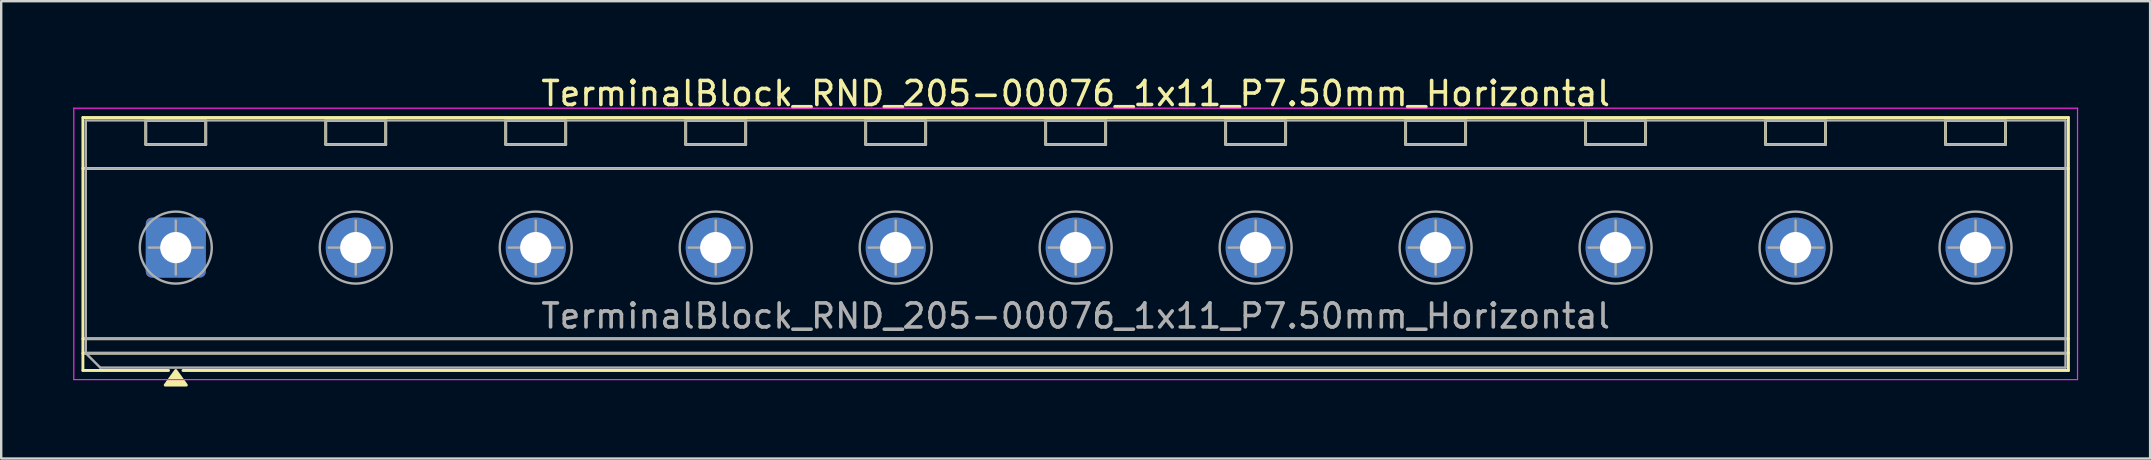
<source format=kicad_pcb>
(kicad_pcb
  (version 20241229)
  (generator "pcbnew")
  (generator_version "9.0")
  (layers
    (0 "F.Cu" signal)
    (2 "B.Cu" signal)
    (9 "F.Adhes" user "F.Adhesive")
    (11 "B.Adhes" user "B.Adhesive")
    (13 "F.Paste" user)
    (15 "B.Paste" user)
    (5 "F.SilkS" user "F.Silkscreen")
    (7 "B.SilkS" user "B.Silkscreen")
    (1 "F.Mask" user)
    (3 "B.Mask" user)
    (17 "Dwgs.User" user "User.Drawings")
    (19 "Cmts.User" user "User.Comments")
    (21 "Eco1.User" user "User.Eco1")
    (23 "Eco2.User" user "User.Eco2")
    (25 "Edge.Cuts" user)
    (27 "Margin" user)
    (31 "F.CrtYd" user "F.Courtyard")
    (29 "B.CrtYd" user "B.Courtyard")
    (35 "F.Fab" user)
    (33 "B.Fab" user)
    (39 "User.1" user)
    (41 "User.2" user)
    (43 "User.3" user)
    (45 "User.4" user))
  (footprint "TerminalBlock_RND_205-00076_1x11_P7.50mm_Horizontal"
    (layer "F.Cu")
    (at 4.275 7.268)
    (property "Reference" "TerminalBlock_RND_205-00076_1x11_P7.50mm_Horizontal" (at 37.5 -6.42 0) (layer "F.SilkS") (effects (font (size 1 1) (thickness 0.15))))
    (attr through_hole)
    (fp_line (start -3.87 -5.42) (end -3.87 5.12) (stroke (width 0.12) (type solid)) (layer "F.SilkS"))
    (fp_line (start -3.87 -5.42) (end 78.87 -5.42) (stroke (width 0.12) (type solid)) (layer "F.SilkS"))
    (fp_line (start -3.87 -3.3) (end 78.87 -3.3) (stroke (width 0.12) (type solid)) (layer "F.SilkS"))
    (fp_line (start -3.87 3.8) (end 78.87 3.8) (stroke (width 0.12) (type solid)) (layer "F.SilkS"))
    (fp_line (start -3.87 4.4) (end 78.87 4.4) (stroke (width 0.12) (type solid)) (layer "F.SilkS"))
    (fp_line (start -3.87 5.12) (end -0.3 5.12) (stroke (width 0.12) (type solid)) (layer "F.SilkS"))
    (fp_line (start -1.25 -5.3) (end -1.25 -4.3) (stroke (width 0.12) (type solid)) (layer "F.SilkS"))
    (fp_line (start -1.25 -5.3) (end 1.25 -5.3) (stroke (width 0.12) (type solid)) (layer "F.SilkS"))
    (fp_line (start -1.25 -4.3) (end 1.25 -4.3) (stroke (width 0.12) (type solid)) (layer "F.SilkS"))
    (fp_line (start 0.3 5.12) (end 78.87 5.12) (stroke (width 0.12) (type solid)) (layer "F.SilkS"))
    (fp_line (start 1.25 -5.3) (end 1.25 -4.3) (stroke (width 0.12) (type solid)) (layer "F.SilkS"))
    (fp_line (start 6.25 -5.3) (end 6.25 -4.3) (stroke (width 0.12) (type solid)) (layer "F.SilkS"))
    (fp_line (start 6.25 -5.3) (end 8.75 -5.3) (stroke (width 0.12) (type solid)) (layer "F.SilkS"))
    (fp_line (start 6.25 -4.3) (end 8.75 -4.3) (stroke (width 0.12) (type solid)) (layer "F.SilkS"))
    (fp_line (start 8.75 -5.3) (end 8.75 -4.3) (stroke (width 0.12) (type solid)) (layer "F.SilkS"))
    (fp_line (start 13.75 -5.3) (end 13.75 -4.3) (stroke (width 0.12) (type solid)) (layer "F.SilkS"))
    (fp_line (start 13.75 -5.3) (end 16.25 -5.3) (stroke (width 0.12) (type solid)) (layer "F.SilkS"))
    (fp_line (start 13.75 -4.3) (end 16.25 -4.3) (stroke (width 0.12) (type solid)) (layer "F.SilkS"))
    (fp_line (start 16.25 -5.3) (end 16.25 -4.3) (stroke (width 0.12) (type solid)) (layer "F.SilkS"))
    (fp_line (start 21.25 -5.3) (end 21.25 -4.3) (stroke (width 0.12) (type solid)) (layer "F.SilkS"))
    (fp_line (start 21.25 -5.3) (end 23.75 -5.3) (stroke (width 0.12) (type solid)) (layer "F.SilkS"))
    (fp_line (start 21.25 -4.3) (end 23.75 -4.3) (stroke (width 0.12) (type solid)) (layer "F.SilkS"))
    (fp_line (start 23.75 -5.3) (end 23.75 -4.3) (stroke (width 0.12) (type solid)) (layer "F.SilkS"))
    (fp_line (start 28.75 -5.3) (end 28.75 -4.3) (stroke (width 0.12) (type solid)) (layer "F.SilkS"))
    (fp_line (start 28.75 -5.3) (end 31.25 -5.3) (stroke (width 0.12) (type solid)) (layer "F.SilkS"))
    (fp_line (start 28.75 -4.3) (end 31.25 -4.3) (stroke (width 0.12) (type solid)) (layer "F.SilkS"))
    (fp_line (start 31.25 -5.3) (end 31.25 -4.3) (stroke (width 0.12) (type solid)) (layer "F.SilkS"))
    (fp_line (start 36.25 -5.3) (end 36.25 -4.3) (stroke (width 0.12) (type solid)) (layer "F.SilkS"))
    (fp_line (start 36.25 -5.3) (end 38.75 -5.3) (stroke (width 0.12) (type solid)) (layer "F.SilkS"))
    (fp_line (start 36.25 -4.3) (end 38.75 -4.3) (stroke (width 0.12) (type solid)) (layer "F.SilkS"))
    (fp_line (start 38.75 -5.3) (end 38.75 -4.3) (stroke (width 0.12) (type solid)) (layer "F.SilkS"))
    (fp_line (start 43.75 -5.3) (end 43.75 -4.3) (stroke (width 0.12) (type solid)) (layer "F.SilkS"))
    (fp_line (start 43.75 -5.3) (end 46.25 -5.3) (stroke (width 0.12) (type solid)) (layer "F.SilkS"))
    (fp_line (start 43.75 -4.3) (end 46.25 -4.3) (stroke (width 0.12) (type solid)) (layer "F.SilkS"))
    (fp_line (start 46.25 -5.3) (end 46.25 -4.3) (stroke (width 0.12) (type solid)) (layer "F.SilkS"))
    (fp_line (start 51.25 -5.3) (end 51.25 -4.3) (stroke (width 0.12) (type solid)) (layer "F.SilkS"))
    (fp_line (start 51.25 -5.3) (end 53.75 -5.3) (stroke (width 0.12) (type solid)) (layer "F.SilkS"))
    (fp_line (start 51.25 -4.3) (end 53.75 -4.3) (stroke (width 0.12) (type solid)) (layer "F.SilkS"))
    (fp_line (start 53.75 -5.3) (end 53.75 -4.3) (stroke (width 0.12) (type solid)) (layer "F.SilkS"))
    (fp_line (start 58.75 -5.3) (end 58.75 -4.3) (stroke (width 0.12) (type solid)) (layer "F.SilkS"))
    (fp_line (start 58.75 -5.3) (end 61.25 -5.3) (stroke (width 0.12) (type solid)) (layer "F.SilkS"))
    (fp_line (start 58.75 -4.3) (end 61.25 -4.3) (stroke (width 0.12) (type solid)) (layer "F.SilkS"))
    (fp_line (start 61.25 -5.3) (end 61.25 -4.3) (stroke (width 0.12) (type solid)) (layer "F.SilkS"))
    (fp_line (start 66.25 -5.3) (end 66.25 -4.3) (stroke (width 0.12) (type solid)) (layer "F.SilkS"))
    (fp_line (start 66.25 -5.3) (end 68.75 -5.3) (stroke (width 0.12) (type solid)) (layer "F.SilkS"))
    (fp_line (start 66.25 -4.3) (end 68.75 -4.3) (stroke (width 0.12) (type solid)) (layer "F.SilkS"))
    (fp_line (start 68.75 -5.3) (end 68.75 -4.3) (stroke (width 0.12) (type solid)) (layer "F.SilkS"))
    (fp_line (start 73.75 -5.3) (end 73.75 -4.3) (stroke (width 0.12) (type solid)) (layer "F.SilkS"))
    (fp_line (start 73.75 -5.3) (end 76.25 -5.3) (stroke (width 0.12) (type solid)) (layer "F.SilkS"))
    (fp_line (start 73.75 -4.3) (end 76.25 -4.3) (stroke (width 0.12) (type solid)) (layer "F.SilkS"))
    (fp_line (start 76.25 -5.3) (end 76.25 -4.3) (stroke (width 0.12) (type solid)) (layer "F.SilkS"))
    (fp_line (start 78.87 -5.42) (end 78.87 5.12) (stroke (width 0.12) (type solid)) (layer "F.SilkS"))
    (fp_poly (pts (xy 0 5.12) (xy 0.44 5.73) (xy -0.44 5.73)) (stroke (width 0.12) (type solid)) (fill yes) (layer "F.SilkS"))
    (fp_line (start -4.25 -5.81) (end -4.25 5.5) (stroke (width 0.05) (type solid)) (layer "F.CrtYd"))
    (fp_line (start -4.25 5.5) (end 79.25 5.5) (stroke (width 0.05) (type solid)) (layer "F.CrtYd"))
    (fp_line (start 79.25 -5.81) (end -4.25 -5.81) (stroke (width 0.05) (type solid)) (layer "F.CrtYd"))
    (fp_line (start 79.25 5.5) (end 79.25 -5.81) (stroke (width 0.05) (type solid)) (layer "F.CrtYd"))
    (fp_line (start -3.75 -5.3) (end 78.75 -5.3) (stroke (width 0.1) (type solid)) (layer "F.Fab"))
    (fp_line (start -3.75 -3.3) (end 78.75 -3.3) (stroke (width 0.1) (type solid)) (layer "F.Fab"))
    (fp_line (start -3.75 3.8) (end 78.75 3.8) (stroke (width 0.1) (type solid)) (layer "F.Fab"))
    (fp_line (start -3.75 4.4) (end -3.75 -5.3) (stroke (width 0.1) (type solid)) (layer "F.Fab"))
    (fp_line (start -3.75 4.4) (end 78.75 4.4) (stroke (width 0.1) (type solid)) (layer "F.Fab"))
    (fp_line (start -3.15 5) (end -3.75 4.4) (stroke (width 0.1) (type solid)) (layer "F.Fab"))
    (fp_line (start -1.25 -5.3) (end -1.25 -4.3) (stroke (width 0.1) (type solid)) (layer "F.Fab"))
    (fp_line (start -1.25 -4.3) (end 1.25 -4.3) (stroke (width 0.1) (type solid)) (layer "F.Fab"))
    (fp_line (start -1.125 0) (end 1.125 0) (stroke (width 0.1) (type solid)) (layer "F.Fab"))
    (fp_line (start 0 -1.125) (end 0 1.125) (stroke (width 0.1) (type solid)) (layer "F.Fab"))
    (fp_line (start 1.25 -5.3) (end -1.25 -5.3) (stroke (width 0.1) (type solid)) (layer "F.Fab"))
    (fp_line (start 1.25 -4.3) (end 1.25 -5.3) (stroke (width 0.1) (type solid)) (layer "F.Fab"))
    (fp_line (start 6.25 -5.3) (end 6.25 -4.3) (stroke (width 0.1) (type solid)) (layer "F.Fab"))
    (fp_line (start 6.25 -4.3) (end 8.75 -4.3) (stroke (width 0.1) (type solid)) (layer "F.Fab"))
    (fp_line (start 6.375 0) (end 8.625 0) (stroke (width 0.1) (type solid)) (layer "F.Fab"))
    (fp_line (start 7.5 -1.125) (end 7.5 1.125) (stroke (width 0.1) (type solid)) (layer "F.Fab"))
    (fp_line (start 8.75 -5.3) (end 6.25 -5.3) (stroke (width 0.1) (type solid)) (layer "F.Fab"))
    (fp_line (start 8.75 -4.3) (end 8.75 -5.3) (stroke (width 0.1) (type solid)) (layer "F.Fab"))
    (fp_line (start 13.75 -5.3) (end 13.75 -4.3) (stroke (width 0.1) (type solid)) (layer "F.Fab"))
    (fp_line (start 13.75 -4.3) (end 16.25 -4.3) (stroke (width 0.1) (type solid)) (layer "F.Fab"))
    (fp_line (start 13.875 0) (end 16.125 0) (stroke (width 0.1) (type solid)) (layer "F.Fab"))
    (fp_line (start 15 -1.125) (end 15 1.125) (stroke (width 0.1) (type solid)) (layer "F.Fab"))
    (fp_line (start 16.25 -5.3) (end 13.75 -5.3) (stroke (width 0.1) (type solid)) (layer "F.Fab"))
    (fp_line (start 16.25 -4.3) (end 16.25 -5.3) (stroke (width 0.1) (type solid)) (layer "F.Fab"))
    (fp_line (start 21.25 -5.3) (end 21.25 -4.3) (stroke (width 0.1) (type solid)) (layer "F.Fab"))
    (fp_line (start 21.25 -4.3) (end 23.75 -4.3) (stroke (width 0.1) (type solid)) (layer "F.Fab"))
    (fp_line (start 21.375 0) (end 23.625 0) (stroke (width 0.1) (type solid)) (layer "F.Fab"))
    (fp_line (start 22.5 -1.125) (end 22.5 1.125) (stroke (width 0.1) (type solid)) (layer "F.Fab"))
    (fp_line (start 23.75 -5.3) (end 21.25 -5.3) (stroke (width 0.1) (type solid)) (layer "F.Fab"))
    (fp_line (start 23.75 -4.3) (end 23.75 -5.3) (stroke (width 0.1) (type solid)) (layer "F.Fab"))
    (fp_line (start 28.75 -5.3) (end 28.75 -4.3) (stroke (width 0.1) (type solid)) (layer "F.Fab"))
    (fp_line (start 28.75 -4.3) (end 31.25 -4.3) (stroke (width 0.1) (type solid)) (layer "F.Fab"))
    (fp_line (start 28.875 0) (end 31.125 0) (stroke (width 0.1) (type solid)) (layer "F.Fab"))
    (fp_line (start 30 -1.125) (end 30 1.125) (stroke (width 0.1) (type solid)) (layer "F.Fab"))
    (fp_line (start 31.25 -5.3) (end 28.75 -5.3) (stroke (width 0.1) (type solid)) (layer "F.Fab"))
    (fp_line (start 31.25 -4.3) (end 31.25 -5.3) (stroke (width 0.1) (type solid)) (layer "F.Fab"))
    (fp_line (start 36.25 -5.3) (end 36.25 -4.3) (stroke (width 0.1) (type solid)) (layer "F.Fab"))
    (fp_line (start 36.25 -4.3) (end 38.75 -4.3) (stroke (width 0.1) (type solid)) (layer "F.Fab"))
    (fp_line (start 36.375 0) (end 38.625 0) (stroke (width 0.1) (type solid)) (layer "F.Fab"))
    (fp_line (start 37.5 -1.125) (end 37.5 1.125) (stroke (width 0.1) (type solid)) (layer "F.Fab"))
    (fp_line (start 38.75 -5.3) (end 36.25 -5.3) (stroke (width 0.1) (type solid)) (layer "F.Fab"))
    (fp_line (start 38.75 -4.3) (end 38.75 -5.3) (stroke (width 0.1) (type solid)) (layer "F.Fab"))
    (fp_line (start 43.75 -5.3) (end 43.75 -4.3) (stroke (width 0.1) (type solid)) (layer "F.Fab"))
    (fp_line (start 43.75 -4.3) (end 46.25 -4.3) (stroke (width 0.1) (type solid)) (layer "F.Fab"))
    (fp_line (start 43.875 0) (end 46.125 0) (stroke (width 0.1) (type solid)) (layer "F.Fab"))
    (fp_line (start 45 -1.125) (end 45 1.125) (stroke (width 0.1) (type solid)) (layer "F.Fab"))
    (fp_line (start 46.25 -5.3) (end 43.75 -5.3) (stroke (width 0.1) (type solid)) (layer "F.Fab"))
    (fp_line (start 46.25 -4.3) (end 46.25 -5.3) (stroke (width 0.1) (type solid)) (layer "F.Fab"))
    (fp_line (start 51.25 -5.3) (end 51.25 -4.3) (stroke (width 0.1) (type solid)) (layer "F.Fab"))
    (fp_line (start 51.25 -4.3) (end 53.75 -4.3) (stroke (width 0.1) (type solid)) (layer "F.Fab"))
    (fp_line (start 51.375 0) (end 53.625 0) (stroke (width 0.1) (type solid)) (layer "F.Fab"))
    (fp_line (start 52.5 -1.125) (end 52.5 1.125) (stroke (width 0.1) (type solid)) (layer "F.Fab"))
    (fp_line (start 53.75 -5.3) (end 51.25 -5.3) (stroke (width 0.1) (type solid)) (layer "F.Fab"))
    (fp_line (start 53.75 -4.3) (end 53.75 -5.3) (stroke (width 0.1) (type solid)) (layer "F.Fab"))
    (fp_line (start 58.75 -5.3) (end 58.75 -4.3) (stroke (width 0.1) (type solid)) (layer "F.Fab"))
    (fp_line (start 58.75 -4.3) (end 61.25 -4.3) (stroke (width 0.1) (type solid)) (layer "F.Fab"))
    (fp_line (start 58.875 0) (end 61.125 0) (stroke (width 0.1) (type solid)) (layer "F.Fab"))
    (fp_line (start 60 -1.125) (end 60 1.125) (stroke (width 0.1) (type solid)) (layer "F.Fab"))
    (fp_line (start 61.25 -5.3) (end 58.75 -5.3) (stroke (width 0.1) (type solid)) (layer "F.Fab"))
    (fp_line (start 61.25 -4.3) (end 61.25 -5.3) (stroke (width 0.1) (type solid)) (layer "F.Fab"))
    (fp_line (start 66.25 -5.3) (end 66.25 -4.3) (stroke (width 0.1) (type solid)) (layer "F.Fab"))
    (fp_line (start 66.25 -4.3) (end 68.75 -4.3) (stroke (width 0.1) (type solid)) (layer "F.Fab"))
    (fp_line (start 66.375 0) (end 68.625 0) (stroke (width 0.1) (type solid)) (layer "F.Fab"))
    (fp_line (start 67.5 -1.125) (end 67.5 1.125) (stroke (width 0.1) (type solid)) (layer "F.Fab"))
    (fp_line (start 68.75 -5.3) (end 66.25 -5.3) (stroke (width 0.1) (type solid)) (layer "F.Fab"))
    (fp_line (start 68.75 -4.3) (end 68.75 -5.3) (stroke (width 0.1) (type solid)) (layer "F.Fab"))
    (fp_line (start 73.75 -5.3) (end 73.75 -4.3) (stroke (width 0.1) (type solid)) (layer "F.Fab"))
    (fp_line (start 73.75 -4.3) (end 76.25 -4.3) (stroke (width 0.1) (type solid)) (layer "F.Fab"))
    (fp_line (start 73.875 0) (end 76.125 0) (stroke (width 0.1) (type solid)) (layer "F.Fab"))
    (fp_line (start 75 -1.125) (end 75 1.125) (stroke (width 0.1) (type solid)) (layer "F.Fab"))
    (fp_line (start 76.25 -5.3) (end 73.75 -5.3) (stroke (width 0.1) (type solid)) (layer "F.Fab"))
    (fp_line (start 76.25 -4.3) (end 76.25 -5.3) (stroke (width 0.1) (type solid)) (layer "F.Fab"))
    (fp_line (start 78.75 -5.3) (end 78.75 5) (stroke (width 0.1) (type solid)) (layer "F.Fab"))
    (fp_line (start 78.75 5) (end -3.15 5) (stroke (width 0.1) (type solid)) (layer "F.Fab"))
    (fp_circle (center 0 0) (end 1.5 0) (stroke (width 0.1) (type solid)) (fill no) (layer "F.Fab"))
    (fp_circle (center 7.5 0) (end 9 0) (stroke (width 0.1) (type solid)) (fill no) (layer "F.Fab"))
    (fp_circle (center 15 0) (end 16.5 0) (stroke (width 0.1) (type solid)) (fill no) (layer "F.Fab"))
    (fp_circle (center 22.5 0) (end 24 0) (stroke (width 0.1) (type solid)) (fill no) (layer "F.Fab"))
    (fp_circle (center 30 0) (end 31.5 0) (stroke (width 0.1) (type solid)) (fill no) (layer "F.Fab"))
    (fp_circle (center 37.5 0) (end 39 0) (stroke (width 0.1) (type solid)) (fill no) (layer "F.Fab"))
    (fp_circle (center 45 0) (end 46.5 0) (stroke (width 0.1) (type solid)) (fill no) (layer "F.Fab"))
    (fp_circle (center 52.5 0) (end 54 0) (stroke (width 0.1) (type solid)) (fill no) (layer "F.Fab"))
    (fp_circle (center 60 0) (end 61.5 0) (stroke (width 0.1) (type solid)) (fill no) (layer "F.Fab"))
    (fp_circle (center 67.5 0) (end 69 0) (stroke (width 0.1) (type solid)) (fill no) (layer "F.Fab"))
    (fp_circle (center 75 0) (end 76.5 0) (stroke (width 0.1) (type solid)) (fill no) (layer "F.Fab"))
    (fp_text user "${REFERENCE}" (at 37.5 2.85 0) (layer "F.Fab") (effects (font (size 1 1) (thickness 0.15))))
    (pad "1" thru_hole roundrect (at 0 0) (size 2.5 2.5) (drill 1.3) (layers "*.Cu" "*.Mask") (roundrect_rratio 0.1))
    (pad "2" thru_hole circle (at 7.5 0) (size 2.5 2.5) (drill 1.3) (layers "*.Cu" "*.Mask"))
    (pad "3" thru_hole circle (at 15 0) (size 2.5 2.5) (drill 1.3) (layers "*.Cu" "*.Mask"))
    (pad "4" thru_hole circle (at 22.5 0) (size 2.5 2.5) (drill 1.3) (layers "*.Cu" "*.Mask"))
    (pad "5" thru_hole circle (at 30 0) (size 2.5 2.5) (drill 1.3) (layers "*.Cu" "*.Mask"))
    (pad "6" thru_hole circle (at 37.5 0) (size 2.5 2.5) (drill 1.3) (layers "*.Cu" "*.Mask"))
    (pad "7" thru_hole circle (at 45 0) (size 2.5 2.5) (drill 1.3) (layers "*.Cu" "*.Mask"))
    (pad "8" thru_hole circle (at 52.5 0) (size 2.5 2.5) (drill 1.3) (layers "*.Cu" "*.Mask"))
    (pad "9" thru_hole circle (at 60 0) (size 2.5 2.5) (drill 1.3) (layers "*.Cu" "*.Mask"))
    (pad "10" thru_hole circle (at 67.5 0) (size 2.5 2.5) (drill 1.3) (layers "*.Cu" "*.Mask"))
    (pad "11" thru_hole circle (at 75 0) (size 2.5 2.5) (drill 1.3) (layers "*.Cu" "*.Mask")))
  (gr_rect
    (start -3 -3)
    (end 86.55 16.058)
    (stroke (width 0.1) (type default))
    (fill no)
    (layer "Edge.Cuts")))
</source>
